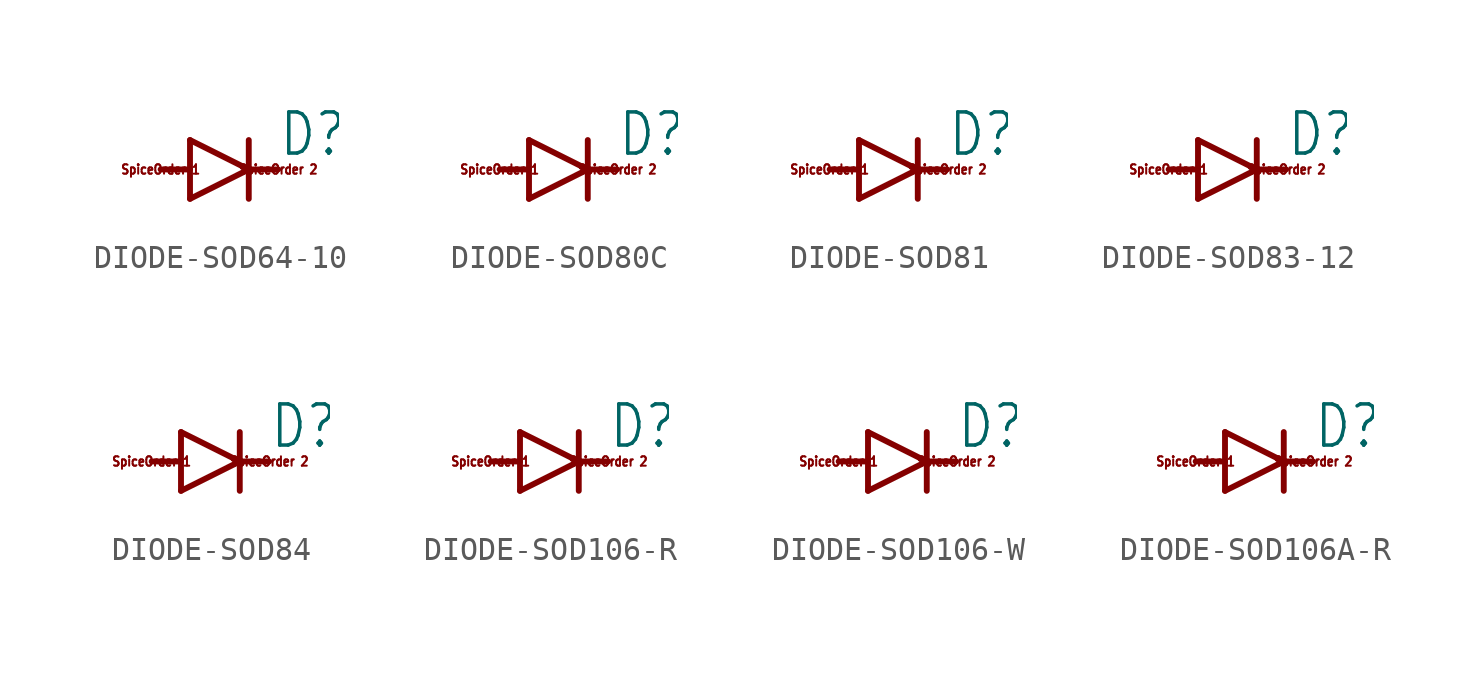
<source format=kicad_sym>
(kicad_symbol_lib
  (version 20241209)
  (generator "kicad_symbol_editor")
  (generator_version "9.0")
  (symbol "DIODE-SOD64-10"
    (property "Reference" "D"
      (at 2.54 0.483 0)
      (effects (font (size 1.778 1.511)) (justify left bottom)))
    (property "Value" ""
      (at 2.54 -2.311 0)
      (effects (font (size 1.778 1.511)) (justify left bottom)))
    (property "ki_locked" ""
      (at 0 0 0)
      (effects (font (size 1.27 1.27))))
    (symbol "DIODE-SOD64-10_1_0"
      (polyline (pts (xy -1.27 1.27) (xy -1.27 0)) (stroke (width 0.254) (type solid)) (fill (type none)))
      (polyline (pts (xy -1.27 0) (xy -2.54 0)) (stroke (width 0.254) (type solid)) (fill (type none)))
      (polyline (pts (xy -1.27 0) (xy -1.27 -1.27)) (stroke (width 0.254) (type solid)) (fill (type none)))
      (polyline (pts (xy -1.27 -1.27) (xy 1.27 0)) (stroke (width 0.254) (type solid)) (fill (type none)))
      (polyline (pts (xy 1.27 1.27) (xy 1.27 0)) (stroke (width 0.254) (type solid)) (fill (type none)))
      (polyline (pts (xy 1.27 0) (xy -1.27 1.27)) (stroke (width 0.254) (type solid)) (fill (type none)))
      (polyline (pts (xy 1.27 0) (xy 1.27 -1.27)) (stroke (width 0.254) (type solid)) (fill (type none)))
      (polyline (pts (xy 2.54 0) (xy 1.27 0)) (stroke (width 0.254) (type solid)) (fill (type none)))
      (text "SpiceOrder 1" (at -2.54 0 0) (effects (font (size 0.406 0.345))))
      (text "SpiceOrder 2" (at 2.54 0 0) (effects (font (size 0.406 0.345))))
      (pin passive line (at -2.54 0 0) (length 0) (name "A" (effects (font (size 0 0)))) (number "A" (effects (font (size 0 0)))))
      (pin passive line (at 2.54 0 180) (length 0) (name "C" (effects (font (size 0 0)))) (number "C" (effects (font (size 0 0)))))))
  (symbol "DIODE-SOD80C"
    (property "Reference" "D"
      (at 2.54 0.483 0)
      (effects (font (size 1.778 1.511)) (justify left bottom)))
    (property "Value" ""
      (at 2.54 -2.311 0)
      (effects (font (size 1.778 1.511)) (justify left bottom)))
    (property "ki_locked" ""
      (at 0 0 0)
      (effects (font (size 1.27 1.27))))
    (symbol "DIODE-SOD80C_1_0"
      (polyline (pts (xy -1.27 1.27) (xy -1.27 0)) (stroke (width 0.254) (type solid)) (fill (type none)))
      (polyline (pts (xy -1.27 0) (xy -2.54 0)) (stroke (width 0.254) (type solid)) (fill (type none)))
      (polyline (pts (xy -1.27 0) (xy -1.27 -1.27)) (stroke (width 0.254) (type solid)) (fill (type none)))
      (polyline (pts (xy -1.27 -1.27) (xy 1.27 0)) (stroke (width 0.254) (type solid)) (fill (type none)))
      (polyline (pts (xy 1.27 1.27) (xy 1.27 0)) (stroke (width 0.254) (type solid)) (fill (type none)))
      (polyline (pts (xy 1.27 0) (xy -1.27 1.27)) (stroke (width 0.254) (type solid)) (fill (type none)))
      (polyline (pts (xy 1.27 0) (xy 1.27 -1.27)) (stroke (width 0.254) (type solid)) (fill (type none)))
      (polyline (pts (xy 2.54 0) (xy 1.27 0)) (stroke (width 0.254) (type solid)) (fill (type none)))
      (text "SpiceOrder 1" (at -2.54 0 0) (effects (font (size 0.406 0.345))))
      (text "SpiceOrder 2" (at 2.54 0 0) (effects (font (size 0.406 0.345))))
      (pin passive line (at -2.54 0 0) (length 0) (name "A" (effects (font (size 0 0)))) (number "A" (effects (font (size 0 0)))))
      (pin passive line (at 2.54 0 180) (length 0) (name "C" (effects (font (size 0 0)))) (number "C" (effects (font (size 0 0)))))))
  (symbol "DIODE-SOD81"
    (property "Reference" "D"
      (at 2.54 0.483 0)
      (effects (font (size 1.778 1.511)) (justify left bottom)))
    (property "Value" ""
      (at 2.54 -2.311 0)
      (effects (font (size 1.778 1.511)) (justify left bottom)))
    (property "ki_locked" ""
      (at 0 0 0)
      (effects (font (size 1.27 1.27))))
    (symbol "DIODE-SOD81_1_0"
      (polyline (pts (xy -1.27 1.27) (xy -1.27 0)) (stroke (width 0.254) (type solid)) (fill (type none)))
      (polyline (pts (xy -1.27 0) (xy -2.54 0)) (stroke (width 0.254) (type solid)) (fill (type none)))
      (polyline (pts (xy -1.27 0) (xy -1.27 -1.27)) (stroke (width 0.254) (type solid)) (fill (type none)))
      (polyline (pts (xy -1.27 -1.27) (xy 1.27 0)) (stroke (width 0.254) (type solid)) (fill (type none)))
      (polyline (pts (xy 1.27 1.27) (xy 1.27 0)) (stroke (width 0.254) (type solid)) (fill (type none)))
      (polyline (pts (xy 1.27 0) (xy -1.27 1.27)) (stroke (width 0.254) (type solid)) (fill (type none)))
      (polyline (pts (xy 1.27 0) (xy 1.27 -1.27)) (stroke (width 0.254) (type solid)) (fill (type none)))
      (polyline (pts (xy 2.54 0) (xy 1.27 0)) (stroke (width 0.254) (type solid)) (fill (type none)))
      (text "SpiceOrder 1" (at -2.54 0 0) (effects (font (size 0.406 0.345))))
      (text "SpiceOrder 2" (at 2.54 0 0) (effects (font (size 0.406 0.345))))
      (pin passive line (at -2.54 0 0) (length 0) (name "A" (effects (font (size 0 0)))) (number "A" (effects (font (size 0 0)))))
      (pin passive line (at 2.54 0 180) (length 0) (name "C" (effects (font (size 0 0)))) (number "C" (effects (font (size 0 0)))))))
  (symbol "DIODE-SOD83-12"
    (property "Reference" "D"
      (at 2.54 0.483 0)
      (effects (font (size 1.778 1.511)) (justify left bottom)))
    (property "Value" ""
      (at 2.54 -2.311 0)
      (effects (font (size 1.778 1.511)) (justify left bottom)))
    (property "ki_locked" ""
      (at 0 0 0)
      (effects (font (size 1.27 1.27))))
    (symbol "DIODE-SOD83-12_1_0"
      (polyline (pts (xy -1.27 1.27) (xy -1.27 0)) (stroke (width 0.254) (type solid)) (fill (type none)))
      (polyline (pts (xy -1.27 0) (xy -2.54 0)) (stroke (width 0.254) (type solid)) (fill (type none)))
      (polyline (pts (xy -1.27 0) (xy -1.27 -1.27)) (stroke (width 0.254) (type solid)) (fill (type none)))
      (polyline (pts (xy -1.27 -1.27) (xy 1.27 0)) (stroke (width 0.254) (type solid)) (fill (type none)))
      (polyline (pts (xy 1.27 1.27) (xy 1.27 0)) (stroke (width 0.254) (type solid)) (fill (type none)))
      (polyline (pts (xy 1.27 0) (xy -1.27 1.27)) (stroke (width 0.254) (type solid)) (fill (type none)))
      (polyline (pts (xy 1.27 0) (xy 1.27 -1.27)) (stroke (width 0.254) (type solid)) (fill (type none)))
      (polyline (pts (xy 2.54 0) (xy 1.27 0)) (stroke (width 0.254) (type solid)) (fill (type none)))
      (text "SpiceOrder 1" (at -2.54 0 0) (effects (font (size 0.406 0.345))))
      (text "SpiceOrder 2" (at 2.54 0 0) (effects (font (size 0.406 0.345))))
      (pin passive line (at -2.54 0 0) (length 0) (name "A" (effects (font (size 0 0)))) (number "A" (effects (font (size 0 0)))))
      (pin passive line (at 2.54 0 180) (length 0) (name "C" (effects (font (size 0 0)))) (number "C" (effects (font (size 0 0)))))))
  (symbol "DIODE-SOD84"
    (property "Reference" "D"
      (at 2.54 0.483 0)
      (effects (font (size 1.778 1.511)) (justify left bottom)))
    (property "Value" ""
      (at 2.54 -2.311 0)
      (effects (font (size 1.778 1.511)) (justify left bottom)))
    (property "ki_locked" ""
      (at 0 0 0)
      (effects (font (size 1.27 1.27))))
    (symbol "DIODE-SOD84_1_0"
      (polyline (pts (xy -1.27 1.27) (xy -1.27 0)) (stroke (width 0.254) (type solid)) (fill (type none)))
      (polyline (pts (xy -1.27 0) (xy -2.54 0)) (stroke (width 0.254) (type solid)) (fill (type none)))
      (polyline (pts (xy -1.27 0) (xy -1.27 -1.27)) (stroke (width 0.254) (type solid)) (fill (type none)))
      (polyline (pts (xy -1.27 -1.27) (xy 1.27 0)) (stroke (width 0.254) (type solid)) (fill (type none)))
      (polyline (pts (xy 1.27 1.27) (xy 1.27 0)) (stroke (width 0.254) (type solid)) (fill (type none)))
      (polyline (pts (xy 1.27 0) (xy -1.27 1.27)) (stroke (width 0.254) (type solid)) (fill (type none)))
      (polyline (pts (xy 1.27 0) (xy 1.27 -1.27)) (stroke (width 0.254) (type solid)) (fill (type none)))
      (polyline (pts (xy 2.54 0) (xy 1.27 0)) (stroke (width 0.254) (type solid)) (fill (type none)))
      (text "SpiceOrder 1" (at -2.54 0 0) (effects (font (size 0.406 0.345))))
      (text "SpiceOrder 2" (at 2.54 0 0) (effects (font (size 0.406 0.345))))
      (pin passive line (at -2.54 0 0) (length 0) (name "A" (effects (font (size 0 0)))) (number "A" (effects (font (size 0 0)))))
      (pin passive line (at 2.54 0 180) (length 0) (name "C" (effects (font (size 0 0)))) (number "C" (effects (font (size 0 0)))))))
  (symbol "DIODE-SOD106-R"
    (property "Reference" "D"
      (at 2.54 0.483 0)
      (effects (font (size 1.778 1.511)) (justify left bottom)))
    (property "Value" ""
      (at 2.54 -2.311 0)
      (effects (font (size 1.778 1.511)) (justify left bottom)))
    (property "ki_locked" ""
      (at 0 0 0)
      (effects (font (size 1.27 1.27))))
    (symbol "DIODE-SOD106-R_1_0"
      (polyline (pts (xy -1.27 1.27) (xy -1.27 0)) (stroke (width 0.254) (type solid)) (fill (type none)))
      (polyline (pts (xy -1.27 0) (xy -2.54 0)) (stroke (width 0.254) (type solid)) (fill (type none)))
      (polyline (pts (xy -1.27 0) (xy -1.27 -1.27)) (stroke (width 0.254) (type solid)) (fill (type none)))
      (polyline (pts (xy -1.27 -1.27) (xy 1.27 0)) (stroke (width 0.254) (type solid)) (fill (type none)))
      (polyline (pts (xy 1.27 1.27) (xy 1.27 0)) (stroke (width 0.254) (type solid)) (fill (type none)))
      (polyline (pts (xy 1.27 0) (xy -1.27 1.27)) (stroke (width 0.254) (type solid)) (fill (type none)))
      (polyline (pts (xy 1.27 0) (xy 1.27 -1.27)) (stroke (width 0.254) (type solid)) (fill (type none)))
      (polyline (pts (xy 2.54 0) (xy 1.27 0)) (stroke (width 0.254) (type solid)) (fill (type none)))
      (text "SpiceOrder 1" (at -2.54 0 0) (effects (font (size 0.406 0.345))))
      (text "SpiceOrder 2" (at 2.54 0 0) (effects (font (size 0.406 0.345))))
      (pin passive line (at -2.54 0 0) (length 0) (name "A" (effects (font (size 0 0)))) (number "A" (effects (font (size 0 0)))))
      (pin passive line (at 2.54 0 180) (length 0) (name "C" (effects (font (size 0 0)))) (number "C" (effects (font (size 0 0)))))))
  (symbol "DIODE-SOD106-W"
    (property "Reference" "D"
      (at 2.54 0.483 0)
      (effects (font (size 1.778 1.511)) (justify left bottom)))
    (property "Value" ""
      (at 2.54 -2.311 0)
      (effects (font (size 1.778 1.511)) (justify left bottom)))
    (property "ki_locked" ""
      (at 0 0 0)
      (effects (font (size 1.27 1.27))))
    (symbol "DIODE-SOD106-W_1_0"
      (polyline (pts (xy -1.27 1.27) (xy -1.27 0)) (stroke (width 0.254) (type solid)) (fill (type none)))
      (polyline (pts (xy -1.27 0) (xy -2.54 0)) (stroke (width 0.254) (type solid)) (fill (type none)))
      (polyline (pts (xy -1.27 0) (xy -1.27 -1.27)) (stroke (width 0.254) (type solid)) (fill (type none)))
      (polyline (pts (xy -1.27 -1.27) (xy 1.27 0)) (stroke (width 0.254) (type solid)) (fill (type none)))
      (polyline (pts (xy 1.27 1.27) (xy 1.27 0)) (stroke (width 0.254) (type solid)) (fill (type none)))
      (polyline (pts (xy 1.27 0) (xy -1.27 1.27)) (stroke (width 0.254) (type solid)) (fill (type none)))
      (polyline (pts (xy 1.27 0) (xy 1.27 -1.27)) (stroke (width 0.254) (type solid)) (fill (type none)))
      (polyline (pts (xy 2.54 0) (xy 1.27 0)) (stroke (width 0.254) (type solid)) (fill (type none)))
      (text "SpiceOrder 1" (at -2.54 0 0) (effects (font (size 0.406 0.345))))
      (text "SpiceOrder 2" (at 2.54 0 0) (effects (font (size 0.406 0.345))))
      (pin passive line (at -2.54 0 0) (length 0) (name "A" (effects (font (size 0 0)))) (number "A" (effects (font (size 0 0)))))
      (pin passive line (at 2.54 0 180) (length 0) (name "C" (effects (font (size 0 0)))) (number "C" (effects (font (size 0 0)))))))
  (symbol "DIODE-SOD106A-R"
    (property "Reference" "D"
      (at 2.54 0.483 0)
      (effects (font (size 1.778 1.511)) (justify left bottom)))
    (property "Value" ""
      (at 2.54 -2.311 0)
      (effects (font (size 1.778 1.511)) (justify left bottom)))
    (property "ki_locked" ""
      (at 0 0 0)
      (effects (font (size 1.27 1.27))))
    (symbol "DIODE-SOD106A-R_1_0"
      (polyline (pts (xy -1.27 1.27) (xy -1.27 0)) (stroke (width 0.254) (type solid)) (fill (type none)))
      (polyline (pts (xy -1.27 0) (xy -2.54 0)) (stroke (width 0.254) (type solid)) (fill (type none)))
      (polyline (pts (xy -1.27 0) (xy -1.27 -1.27)) (stroke (width 0.254) (type solid)) (fill (type none)))
      (polyline (pts (xy -1.27 -1.27) (xy 1.27 0)) (stroke (width 0.254) (type solid)) (fill (type none)))
      (polyline (pts (xy 1.27 1.27) (xy 1.27 0)) (stroke (width 0.254) (type solid)) (fill (type none)))
      (polyline (pts (xy 1.27 0) (xy -1.27 1.27)) (stroke (width 0.254) (type solid)) (fill (type none)))
      (polyline (pts (xy 1.27 0) (xy 1.27 -1.27)) (stroke (width 0.254) (type solid)) (fill (type none)))
      (polyline (pts (xy 2.54 0) (xy 1.27 0)) (stroke (width 0.254) (type solid)) (fill (type none)))
      (text "SpiceOrder 1" (at -2.54 0 0) (effects (font (size 0.406 0.345))))
      (text "SpiceOrder 2" (at 2.54 0 0) (effects (font (size 0.406 0.345))))
      (pin passive line (at -2.54 0 0) (length 0) (name "A" (effects (font (size 0 0)))) (number "A" (effects (font (size 0 0)))))
      (pin passive line (at 2.54 0 180) (length 0) (name "C" (effects (font (size 0 0)))) (number "C" (effects (font (size 0 0))))))))
</source>
